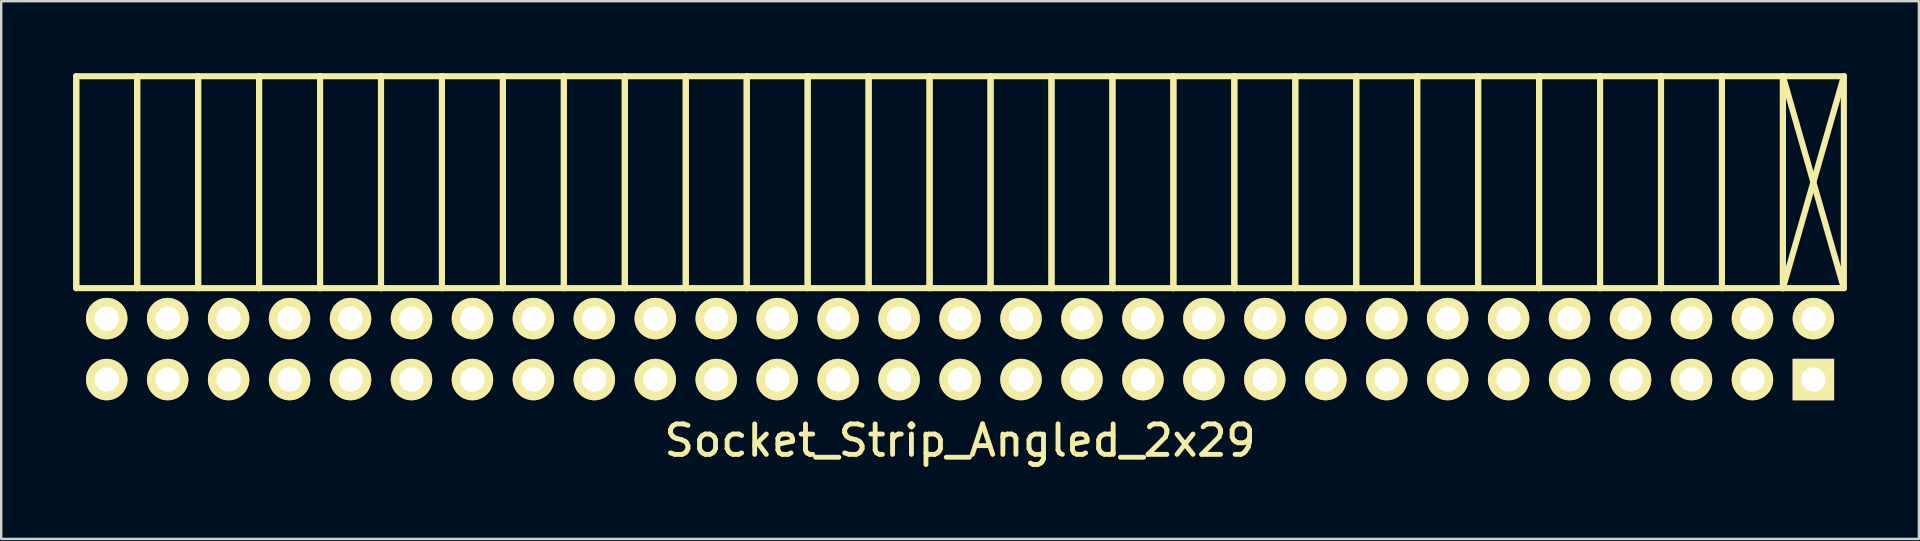
<source format=kicad_pcb>
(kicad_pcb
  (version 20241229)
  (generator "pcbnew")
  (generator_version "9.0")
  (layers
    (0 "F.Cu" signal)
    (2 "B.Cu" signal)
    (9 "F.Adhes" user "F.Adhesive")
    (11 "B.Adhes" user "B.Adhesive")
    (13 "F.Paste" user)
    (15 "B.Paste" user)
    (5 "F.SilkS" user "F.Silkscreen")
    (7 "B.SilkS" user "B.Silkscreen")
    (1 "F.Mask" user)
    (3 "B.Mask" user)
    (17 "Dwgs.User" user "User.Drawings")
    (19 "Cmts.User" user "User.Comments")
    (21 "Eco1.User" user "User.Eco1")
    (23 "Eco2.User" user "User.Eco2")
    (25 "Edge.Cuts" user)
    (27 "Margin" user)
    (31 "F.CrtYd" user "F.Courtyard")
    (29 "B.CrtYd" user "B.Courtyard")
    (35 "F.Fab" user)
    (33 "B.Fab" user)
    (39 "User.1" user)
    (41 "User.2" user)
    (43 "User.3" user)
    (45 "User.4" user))
  (footprint "Socket_Strip_Angled_2x29"
    (layer "F.Cu")
    (at 36.957 11.497)
    (property "Reference" "Socket_Strip_Angled_2x29" (at 0 3.81 0) (layer "F.SilkS") (effects (font (size 1.27 1.27) (thickness 0.203))))
    (attr through_hole)
    (fp_line (start -36.83 -11.37) (end -36.83 -2.54) (stroke (width 0.254) (type solid)) (layer "F.SilkS"))
    (fp_line (start -36.83 -2.54) (end -36.83 -11.37) (stroke (width 0.254) (type solid)) (layer "F.SilkS"))
    (fp_line (start -34.29 -11.37) (end -36.83 -11.37) (stroke (width 0.254) (type solid)) (layer "F.SilkS"))
    (fp_line (start -34.29 -11.37) (end -34.29 -2.54) (stroke (width 0.254) (type solid)) (layer "F.SilkS"))
    (fp_line (start -34.29 -2.54) (end -36.83 -2.54) (stroke (width 0.254) (type solid)) (layer "F.SilkS"))
    (fp_line (start -34.29 -2.54) (end -34.29 -11.37) (stroke (width 0.254) (type solid)) (layer "F.SilkS"))
    (fp_line (start -31.75 -11.37) (end -34.29 -11.37) (stroke (width 0.254) (type solid)) (layer "F.SilkS"))
    (fp_line (start -31.75 -11.37) (end -31.75 -2.54) (stroke (width 0.254) (type solid)) (layer "F.SilkS"))
    (fp_line (start -31.75 -2.54) (end -34.29 -2.54) (stroke (width 0.254) (type solid)) (layer "F.SilkS"))
    (fp_line (start -31.75 -2.54) (end -31.75 -11.37) (stroke (width 0.254) (type solid)) (layer "F.SilkS"))
    (fp_line (start -29.21 -11.37) (end -31.75 -11.37) (stroke (width 0.254) (type solid)) (layer "F.SilkS"))
    (fp_line (start -29.21 -11.37) (end -29.21 -2.54) (stroke (width 0.254) (type solid)) (layer "F.SilkS"))
    (fp_line (start -29.21 -2.54) (end -31.75 -2.54) (stroke (width 0.254) (type solid)) (layer "F.SilkS"))
    (fp_line (start -29.21 -2.54) (end -29.21 -11.37) (stroke (width 0.254) (type solid)) (layer "F.SilkS"))
    (fp_line (start -26.67 -11.37) (end -29.21 -11.37) (stroke (width 0.254) (type solid)) (layer "F.SilkS"))
    (fp_line (start -26.67 -11.37) (end -26.67 -2.54) (stroke (width 0.254) (type solid)) (layer "F.SilkS"))
    (fp_line (start -26.67 -2.54) (end -29.21 -2.54) (stroke (width 0.254) (type solid)) (layer "F.SilkS"))
    (fp_line (start -26.67 -2.54) (end -26.67 -11.37) (stroke (width 0.254) (type solid)) (layer "F.SilkS"))
    (fp_line (start -24.13 -11.37) (end -26.67 -11.37) (stroke (width 0.254) (type solid)) (layer "F.SilkS"))
    (fp_line (start -24.13 -11.37) (end -24.13 -2.54) (stroke (width 0.254) (type solid)) (layer "F.SilkS"))
    (fp_line (start -24.13 -2.54) (end -26.67 -2.54) (stroke (width 0.254) (type solid)) (layer "F.SilkS"))
    (fp_line (start -24.13 -2.54) (end -24.13 -11.37) (stroke (width 0.254) (type solid)) (layer "F.SilkS"))
    (fp_line (start -21.59 -11.37) (end -24.13 -11.37) (stroke (width 0.254) (type solid)) (layer "F.SilkS"))
    (fp_line (start -21.59 -11.37) (end -21.59 -2.54) (stroke (width 0.254) (type solid)) (layer "F.SilkS"))
    (fp_line (start -21.59 -2.54) (end -24.13 -2.54) (stroke (width 0.254) (type solid)) (layer "F.SilkS"))
    (fp_line (start -21.59 -2.54) (end -21.59 -11.37) (stroke (width 0.254) (type solid)) (layer "F.SilkS"))
    (fp_line (start -19.05 -11.37) (end -21.59 -11.37) (stroke (width 0.254) (type solid)) (layer "F.SilkS"))
    (fp_line (start -19.05 -11.37) (end -19.05 -2.54) (stroke (width 0.254) (type solid)) (layer "F.SilkS"))
    (fp_line (start -19.05 -2.54) (end -21.59 -2.54) (stroke (width 0.254) (type solid)) (layer "F.SilkS"))
    (fp_line (start -19.05 -2.54) (end -19.05 -11.37) (stroke (width 0.254) (type solid)) (layer "F.SilkS"))
    (fp_line (start -16.51 -11.37) (end -19.05 -11.37) (stroke (width 0.254) (type solid)) (layer "F.SilkS"))
    (fp_line (start -16.51 -11.37) (end -16.51 -2.54) (stroke (width 0.254) (type solid)) (layer "F.SilkS"))
    (fp_line (start -16.51 -2.54) (end -19.05 -2.54) (stroke (width 0.254) (type solid)) (layer "F.SilkS"))
    (fp_line (start -16.51 -2.54) (end -16.51 -11.37) (stroke (width 0.254) (type solid)) (layer "F.SilkS"))
    (fp_line (start -13.97 -11.37) (end -16.51 -11.37) (stroke (width 0.254) (type solid)) (layer "F.SilkS"))
    (fp_line (start -13.97 -11.37) (end -13.97 -2.54) (stroke (width 0.254) (type solid)) (layer "F.SilkS"))
    (fp_line (start -13.97 -2.54) (end -16.51 -2.54) (stroke (width 0.254) (type solid)) (layer "F.SilkS"))
    (fp_line (start -13.97 -2.54) (end -13.97 -11.37) (stroke (width 0.254) (type solid)) (layer "F.SilkS"))
    (fp_line (start -11.43 -11.37) (end -13.97 -11.37) (stroke (width 0.254) (type solid)) (layer "F.SilkS"))
    (fp_line (start -11.43 -11.37) (end -11.43 -2.54) (stroke (width 0.254) (type solid)) (layer "F.SilkS"))
    (fp_line (start -11.43 -2.54) (end -13.97 -2.54) (stroke (width 0.254) (type solid)) (layer "F.SilkS"))
    (fp_line (start -11.43 -2.54) (end -11.43 -11.37) (stroke (width 0.254) (type solid)) (layer "F.SilkS"))
    (fp_line (start -8.89 -11.37) (end -11.43 -11.37) (stroke (width 0.254) (type solid)) (layer "F.SilkS"))
    (fp_line (start -8.89 -11.37) (end -8.89 -2.54) (stroke (width 0.254) (type solid)) (layer "F.SilkS"))
    (fp_line (start -8.89 -2.54) (end -11.43 -2.54) (stroke (width 0.254) (type solid)) (layer "F.SilkS"))
    (fp_line (start -8.89 -2.54) (end -8.89 -11.37) (stroke (width 0.254) (type solid)) (layer "F.SilkS"))
    (fp_line (start -6.35 -11.37) (end -8.89 -11.37) (stroke (width 0.254) (type solid)) (layer "F.SilkS"))
    (fp_line (start -6.35 -11.37) (end -6.35 -2.54) (stroke (width 0.254) (type solid)) (layer "F.SilkS"))
    (fp_line (start -6.35 -2.54) (end -8.89 -2.54) (stroke (width 0.254) (type solid)) (layer "F.SilkS"))
    (fp_line (start -6.35 -2.54) (end -6.35 -11.37) (stroke (width 0.254) (type solid)) (layer "F.SilkS"))
    (fp_line (start -3.81 -11.37) (end -6.35 -11.37) (stroke (width 0.254) (type solid)) (layer "F.SilkS"))
    (fp_line (start -3.81 -11.37) (end -3.81 -2.54) (stroke (width 0.254) (type solid)) (layer "F.SilkS"))
    (fp_line (start -3.81 -2.54) (end -6.35 -2.54) (stroke (width 0.254) (type solid)) (layer "F.SilkS"))
    (fp_line (start -3.81 -2.54) (end -3.81 -11.37) (stroke (width 0.254) (type solid)) (layer "F.SilkS"))
    (fp_line (start -1.27 -11.37) (end -3.81 -11.37) (stroke (width 0.254) (type solid)) (layer "F.SilkS"))
    (fp_line (start -1.27 -11.37) (end -1.27 -2.54) (stroke (width 0.254) (type solid)) (layer "F.SilkS"))
    (fp_line (start -1.27 -2.54) (end -3.81 -2.54) (stroke (width 0.254) (type solid)) (layer "F.SilkS"))
    (fp_line (start -1.27 -2.54) (end -1.27 -11.37) (stroke (width 0.254) (type solid)) (layer "F.SilkS"))
    (fp_line (start 1.27 -11.37) (end -1.27 -11.37) (stroke (width 0.254) (type solid)) (layer "F.SilkS"))
    (fp_line (start 1.27 -11.37) (end 1.27 -2.54) (stroke (width 0.254) (type solid)) (layer "F.SilkS"))
    (fp_line (start 1.27 -2.54) (end -1.27 -2.54) (stroke (width 0.254) (type solid)) (layer "F.SilkS"))
    (fp_line (start 1.27 -2.54) (end 1.27 -11.37) (stroke (width 0.254) (type solid)) (layer "F.SilkS"))
    (fp_line (start 3.81 -11.37) (end 1.27 -11.37) (stroke (width 0.254) (type solid)) (layer "F.SilkS"))
    (fp_line (start 3.81 -11.37) (end 3.81 -2.54) (stroke (width 0.254) (type solid)) (layer "F.SilkS"))
    (fp_line (start 3.81 -2.54) (end 1.27 -2.54) (stroke (width 0.254) (type solid)) (layer "F.SilkS"))
    (fp_line (start 3.81 -2.54) (end 3.81 -11.37) (stroke (width 0.254) (type solid)) (layer "F.SilkS"))
    (fp_line (start 6.35 -11.37) (end 3.81 -11.37) (stroke (width 0.254) (type solid)) (layer "F.SilkS"))
    (fp_line (start 6.35 -11.37) (end 6.35 -2.54) (stroke (width 0.254) (type solid)) (layer "F.SilkS"))
    (fp_line (start 6.35 -2.54) (end 3.81 -2.54) (stroke (width 0.254) (type solid)) (layer "F.SilkS"))
    (fp_line (start 6.35 -2.54) (end 6.35 -11.37) (stroke (width 0.254) (type solid)) (layer "F.SilkS"))
    (fp_line (start 8.89 -11.37) (end 6.35 -11.37) (stroke (width 0.254) (type solid)) (layer "F.SilkS"))
    (fp_line (start 8.89 -11.37) (end 8.89 -2.54) (stroke (width 0.254) (type solid)) (layer "F.SilkS"))
    (fp_line (start 8.89 -2.54) (end 6.35 -2.54) (stroke (width 0.254) (type solid)) (layer "F.SilkS"))
    (fp_line (start 8.89 -2.54) (end 8.89 -11.37) (stroke (width 0.254) (type solid)) (layer "F.SilkS"))
    (fp_line (start 11.43 -11.37) (end 8.89 -11.37) (stroke (width 0.254) (type solid)) (layer "F.SilkS"))
    (fp_line (start 11.43 -11.37) (end 11.43 -2.54) (stroke (width 0.254) (type solid)) (layer "F.SilkS"))
    (fp_line (start 11.43 -2.54) (end 8.89 -2.54) (stroke (width 0.254) (type solid)) (layer "F.SilkS"))
    (fp_line (start 11.43 -2.54) (end 11.43 -11.37) (stroke (width 0.254) (type solid)) (layer "F.SilkS"))
    (fp_line (start 13.97 -11.37) (end 11.43 -11.37) (stroke (width 0.254) (type solid)) (layer "F.SilkS"))
    (fp_line (start 13.97 -11.37) (end 13.97 -2.54) (stroke (width 0.254) (type solid)) (layer "F.SilkS"))
    (fp_line (start 13.97 -2.54) (end 11.43 -2.54) (stroke (width 0.254) (type solid)) (layer "F.SilkS"))
    (fp_line (start 13.97 -2.54) (end 13.97 -11.37) (stroke (width 0.254) (type solid)) (layer "F.SilkS"))
    (fp_line (start 16.51 -11.37) (end 13.97 -11.37) (stroke (width 0.254) (type solid)) (layer "F.SilkS"))
    (fp_line (start 16.51 -11.37) (end 16.51 -2.54) (stroke (width 0.254) (type solid)) (layer "F.SilkS"))
    (fp_line (start 16.51 -2.54) (end 13.97 -2.54) (stroke (width 0.254) (type solid)) (layer "F.SilkS"))
    (fp_line (start 16.51 -2.54) (end 16.51 -11.37) (stroke (width 0.254) (type solid)) (layer "F.SilkS"))
    (fp_line (start 19.05 -11.37) (end 16.51 -11.37) (stroke (width 0.254) (type solid)) (layer "F.SilkS"))
    (fp_line (start 19.05 -11.37) (end 19.05 -2.54) (stroke (width 0.254) (type solid)) (layer "F.SilkS"))
    (fp_line (start 19.05 -2.54) (end 16.51 -2.54) (stroke (width 0.254) (type solid)) (layer "F.SilkS"))
    (fp_line (start 19.05 -2.54) (end 19.05 -11.37) (stroke (width 0.254) (type solid)) (layer "F.SilkS"))
    (fp_line (start 21.59 -11.37) (end 19.05 -11.37) (stroke (width 0.254) (type solid)) (layer "F.SilkS"))
    (fp_line (start 21.59 -11.37) (end 21.59 -2.54) (stroke (width 0.254) (type solid)) (layer "F.SilkS"))
    (fp_line (start 21.59 -2.54) (end 19.05 -2.54) (stroke (width 0.254) (type solid)) (layer "F.SilkS"))
    (fp_line (start 21.59 -2.54) (end 21.59 -11.37) (stroke (width 0.254) (type solid)) (layer "F.SilkS"))
    (fp_line (start 24.13 -11.37) (end 21.59 -11.37) (stroke (width 0.254) (type solid)) (layer "F.SilkS"))
    (fp_line (start 24.13 -11.37) (end 24.13 -2.54) (stroke (width 0.254) (type solid)) (layer "F.SilkS"))
    (fp_line (start 24.13 -2.54) (end 21.59 -2.54) (stroke (width 0.254) (type solid)) (layer "F.SilkS"))
    (fp_line (start 24.13 -2.54) (end 24.13 -11.37) (stroke (width 0.254) (type solid)) (layer "F.SilkS"))
    (fp_line (start 26.67 -11.37) (end 24.13 -11.37) (stroke (width 0.254) (type solid)) (layer "F.SilkS"))
    (fp_line (start 26.67 -11.37) (end 26.67 -2.54) (stroke (width 0.254) (type solid)) (layer "F.SilkS"))
    (fp_line (start 26.67 -2.54) (end 24.13 -2.54) (stroke (width 0.254) (type solid)) (layer "F.SilkS"))
    (fp_line (start 26.67 -2.54) (end 26.67 -11.37) (stroke (width 0.254) (type solid)) (layer "F.SilkS"))
    (fp_line (start 29.21 -11.37) (end 26.67 -11.37) (stroke (width 0.254) (type solid)) (layer "F.SilkS"))
    (fp_line (start 29.21 -11.37) (end 29.21 -2.54) (stroke (width 0.254) (type solid)) (layer "F.SilkS"))
    (fp_line (start 29.21 -2.54) (end 26.67 -2.54) (stroke (width 0.254) (type solid)) (layer "F.SilkS"))
    (fp_line (start 29.21 -2.54) (end 29.21 -11.37) (stroke (width 0.254) (type solid)) (layer "F.SilkS"))
    (fp_line (start 31.75 -11.37) (end 29.21 -11.37) (stroke (width 0.254) (type solid)) (layer "F.SilkS"))
    (fp_line (start 31.75 -11.37) (end 31.75 -2.54) (stroke (width 0.254) (type solid)) (layer "F.SilkS"))
    (fp_line (start 31.75 -2.54) (end 29.21 -2.54) (stroke (width 0.254) (type solid)) (layer "F.SilkS"))
    (fp_line (start 31.75 -2.54) (end 31.75 -11.37) (stroke (width 0.254) (type solid)) (layer "F.SilkS"))
    (fp_line (start 34.29 -11.37) (end 31.75 -11.37) (stroke (width 0.254) (type solid)) (layer "F.SilkS"))
    (fp_line (start 34.29 -11.37) (end 34.29 -2.54) (stroke (width 0.254) (type solid)) (layer "F.SilkS"))
    (fp_line (start 34.29 -2.54) (end 31.75 -2.54) (stroke (width 0.254) (type solid)) (layer "F.SilkS"))
    (fp_line (start 34.29 -2.54) (end 34.29 -11.37) (stroke (width 0.254) (type solid)) (layer "F.SilkS"))
    (fp_line (start 36.83 -11.37) (end 34.29 -11.37) (stroke (width 0.254) (type solid)) (layer "F.SilkS"))
    (fp_line (start 36.83 -11.37) (end 34.29 -2.54) (stroke (width 0.254) (type solid)) (layer "F.SilkS"))
    (fp_line (start 36.83 -2.54) (end 34.29 -11.37) (stroke (width 0.254) (type solid)) (layer "F.SilkS"))
    (fp_line (start 36.83 -2.54) (end 34.29 -2.54) (stroke (width 0.254) (type solid)) (layer "F.SilkS"))
    (fp_line (start 36.83 -2.54) (end 36.83 -11.37) (stroke (width 0.254) (type solid)) (layer "F.SilkS"))
    (pad "1" thru_hole rect (at 35.56 1.27 180) (size 1.727 1.727) (drill 1.016) (layers "*.Cu" "*.Mask" "F.SilkS"))
    (pad "2" thru_hole oval (at 35.56 -1.27 180) (size 1.727 1.727) (drill 1.016) (layers "*.Cu" "*.Mask" "F.SilkS"))
    (pad "3" thru_hole oval (at 33.02 1.27 180) (size 1.727 1.727) (drill 1.016) (layers "*.Cu" "*.Mask" "F.SilkS"))
    (pad "4" thru_hole oval (at 33.02 -1.27 180) (size 1.727 1.727) (drill 1.016) (layers "*.Cu" "*.Mask" "F.SilkS"))
    (pad "5" thru_hole oval (at 30.48 1.27 180) (size 1.727 1.727) (drill 1.016) (layers "*.Cu" "*.Mask" "F.SilkS"))
    (pad "6" thru_hole oval (at 30.48 -1.27 180) (size 1.727 1.727) (drill 1.016) (layers "*.Cu" "*.Mask" "F.SilkS"))
    (pad "7" thru_hole oval (at 27.94 1.27 180) (size 1.727 1.727) (drill 1.016) (layers "*.Cu" "*.Mask" "F.SilkS"))
    (pad "8" thru_hole oval (at 27.94 -1.27 180) (size 1.727 1.727) (drill 1.016) (layers "*.Cu" "*.Mask" "F.SilkS"))
    (pad "9" thru_hole oval (at 25.4 1.27 180) (size 1.727 1.727) (drill 1.016) (layers "*.Cu" "*.Mask" "F.SilkS"))
    (pad "10" thru_hole oval (at 25.4 -1.27 180) (size 1.727 1.727) (drill 1.016) (layers "*.Cu" "*.Mask" "F.SilkS"))
    (pad "11" thru_hole oval (at 22.86 1.27 180) (size 1.727 1.727) (drill 1.016) (layers "*.Cu" "*.Mask" "F.SilkS"))
    (pad "12" thru_hole oval (at 22.86 -1.27 180) (size 1.727 1.727) (drill 1.016) (layers "*.Cu" "*.Mask" "F.SilkS"))
    (pad "13" thru_hole oval (at 20.32 1.27 180) (size 1.727 1.727) (drill 1.016) (layers "*.Cu" "*.Mask" "F.SilkS"))
    (pad "14" thru_hole oval (at 20.32 -1.27 180) (size 1.727 1.727) (drill 1.016) (layers "*.Cu" "*.Mask" "F.SilkS"))
    (pad "15" thru_hole oval (at 17.78 1.27 180) (size 1.727 1.727) (drill 1.016) (layers "*.Cu" "*.Mask" "F.SilkS"))
    (pad "16" thru_hole oval (at 17.78 -1.27 180) (size 1.727 1.727) (drill 1.016) (layers "*.Cu" "*.Mask" "F.SilkS"))
    (pad "17" thru_hole oval (at 15.24 1.27 180) (size 1.727 1.727) (drill 1.016) (layers "*.Cu" "*.Mask" "F.SilkS"))
    (pad "18" thru_hole oval (at 15.24 -1.27 180) (size 1.727 1.727) (drill 1.016) (layers "*.Cu" "*.Mask" "F.SilkS"))
    (pad "19" thru_hole oval (at 12.7 1.27 180) (size 1.727 1.727) (drill 1.016) (layers "*.Cu" "*.Mask" "F.SilkS"))
    (pad "20" thru_hole oval (at 12.7 -1.27 180) (size 1.727 1.727) (drill 1.016) (layers "*.Cu" "*.Mask" "F.SilkS"))
    (pad "21" thru_hole oval (at 10.16 1.27 180) (size 1.727 1.727) (drill 1.016) (layers "*.Cu" "*.Mask" "F.SilkS"))
    (pad "22" thru_hole oval (at 10.16 -1.27 180) (size 1.727 1.727) (drill 1.016) (layers "*.Cu" "*.Mask" "F.SilkS"))
    (pad "23" thru_hole oval (at 7.62 1.27 180) (size 1.727 1.727) (drill 1.016) (layers "*.Cu" "*.Mask" "F.SilkS"))
    (pad "24" thru_hole oval (at 7.62 -1.27 180) (size 1.727 1.727) (drill 1.016) (layers "*.Cu" "*.Mask" "F.SilkS"))
    (pad "25" thru_hole oval (at 5.08 1.27 180) (size 1.727 1.727) (drill 1.016) (layers "*.Cu" "*.Mask" "F.SilkS"))
    (pad "26" thru_hole oval (at 5.08 -1.27 180) (size 1.727 1.727) (drill 1.016) (layers "*.Cu" "*.Mask" "F.SilkS"))
    (pad "27" thru_hole oval (at 2.54 1.27 180) (size 1.727 1.727) (drill 1.016) (layers "*.Cu" "*.Mask" "F.SilkS"))
    (pad "28" thru_hole oval (at 2.54 -1.27 180) (size 1.727 1.727) (drill 1.016) (layers "*.Cu" "*.Mask" "F.SilkS"))
    (pad "29" thru_hole oval (at 0 1.27 180) (size 1.727 1.727) (drill 1.016) (layers "*.Cu" "*.Mask" "F.SilkS"))
    (pad "30" thru_hole oval (at 0 -1.27 180) (size 1.727 1.727) (drill 1.016) (layers "*.Cu" "*.Mask" "F.SilkS"))
    (pad "31" thru_hole oval (at -2.54 1.27 180) (size 1.727 1.727) (drill 1.016) (layers "*.Cu" "*.Mask" "F.SilkS"))
    (pad "32" thru_hole oval (at -2.54 -1.27 180) (size 1.727 1.727) (drill 1.016) (layers "*.Cu" "*.Mask" "F.SilkS"))
    (pad "33" thru_hole oval (at -5.08 1.27 180) (size 1.727 1.727) (drill 1.016) (layers "*.Cu" "*.Mask" "F.SilkS"))
    (pad "34" thru_hole oval (at -5.08 -1.27 180) (size 1.727 1.727) (drill 1.016) (layers "*.Cu" "*.Mask" "F.SilkS"))
    (pad "35" thru_hole oval (at -7.62 1.27 180) (size 1.727 1.727) (drill 1.016) (layers "*.Cu" "*.Mask" "F.SilkS"))
    (pad "36" thru_hole oval (at -7.62 -1.27 180) (size 1.727 1.727) (drill 1.016) (layers "*.Cu" "*.Mask" "F.SilkS"))
    (pad "37" thru_hole oval (at -10.16 1.27 180) (size 1.727 1.727) (drill 1.016) (layers "*.Cu" "*.Mask" "F.SilkS"))
    (pad "38" thru_hole oval (at -10.16 -1.27 180) (size 1.727 1.727) (drill 1.016) (layers "*.Cu" "*.Mask" "F.SilkS"))
    (pad "39" thru_hole oval (at -12.7 1.27 180) (size 1.727 1.727) (drill 1.016) (layers "*.Cu" "*.Mask" "F.SilkS"))
    (pad "40" thru_hole oval (at -12.7 -1.27 180) (size 1.727 1.727) (drill 1.016) (layers "*.Cu" "*.Mask" "F.SilkS"))
    (pad "41" thru_hole oval (at -15.24 1.27 180) (size 1.727 1.727) (drill 1.016) (layers "*.Cu" "*.Mask" "F.SilkS"))
    (pad "42" thru_hole oval (at -15.24 -1.27 180) (size 1.727 1.727) (drill 1.016) (layers "*.Cu" "*.Mask" "F.SilkS"))
    (pad "43" thru_hole oval (at -17.78 1.27 180) (size 1.727 1.727) (drill 1.016) (layers "*.Cu" "*.Mask" "F.SilkS"))
    (pad "44" thru_hole oval (at -17.78 -1.27 180) (size 1.727 1.727) (drill 1.016) (layers "*.Cu" "*.Mask" "F.SilkS"))
    (pad "45" thru_hole oval (at -20.32 1.27 180) (size 1.727 1.727) (drill 1.016) (layers "*.Cu" "*.Mask" "F.SilkS"))
    (pad "46" thru_hole oval (at -20.32 -1.27 180) (size 1.727 1.727) (drill 1.016) (layers "*.Cu" "*.Mask" "F.SilkS"))
    (pad "47" thru_hole oval (at -22.86 1.27 180) (size 1.727 1.727) (drill 1.016) (layers "*.Cu" "*.Mask" "F.SilkS"))
    (pad "48" thru_hole oval (at -22.86 -1.27 180) (size 1.727 1.727) (drill 1.016) (layers "*.Cu" "*.Mask" "F.SilkS"))
    (pad "49" thru_hole oval (at -25.4 1.27 180) (size 1.727 1.727) (drill 1.016) (layers "*.Cu" "*.Mask" "F.SilkS"))
    (pad "50" thru_hole oval (at -25.4 -1.27 180) (size 1.727 1.727) (drill 1.016) (layers "*.Cu" "*.Mask" "F.SilkS"))
    (pad "51" thru_hole oval (at -27.94 1.27 180) (size 1.727 1.727) (drill 1.016) (layers "*.Cu" "*.Mask" "F.SilkS"))
    (pad "52" thru_hole oval (at -27.94 -1.27 180) (size 1.727 1.727) (drill 1.016) (layers "*.Cu" "*.Mask" "F.SilkS"))
    (pad "53" thru_hole oval (at -30.48 1.27 180) (size 1.727 1.727) (drill 1.016) (layers "*.Cu" "*.Mask" "F.SilkS"))
    (pad "54" thru_hole oval (at -30.48 -1.27 180) (size 1.727 1.727) (drill 1.016) (layers "*.Cu" "*.Mask" "F.SilkS"))
    (pad "55" thru_hole oval (at -33.02 1.27 180) (size 1.727 1.727) (drill 1.016) (layers "*.Cu" "*.Mask" "F.SilkS"))
    (pad "56" thru_hole oval (at -33.02 -1.27 180) (size 1.727 1.727) (drill 1.016) (layers "*.Cu" "*.Mask" "F.SilkS"))
    (pad "57" thru_hole oval (at -35.56 1.27 180) (size 1.727 1.727) (drill 1.016) (layers "*.Cu" "*.Mask" "F.SilkS"))
    (pad "58" thru_hole oval (at -35.56 -1.27 180) (size 1.727 1.727) (drill 1.016) (layers "*.Cu" "*.Mask" "F.SilkS")))
  (gr_rect
    (start -3 -3)
    (end 76.914 19.407)
    (stroke (width 0.1) (type default))
    (fill no)
    (layer "Edge.Cuts")))
</source>
